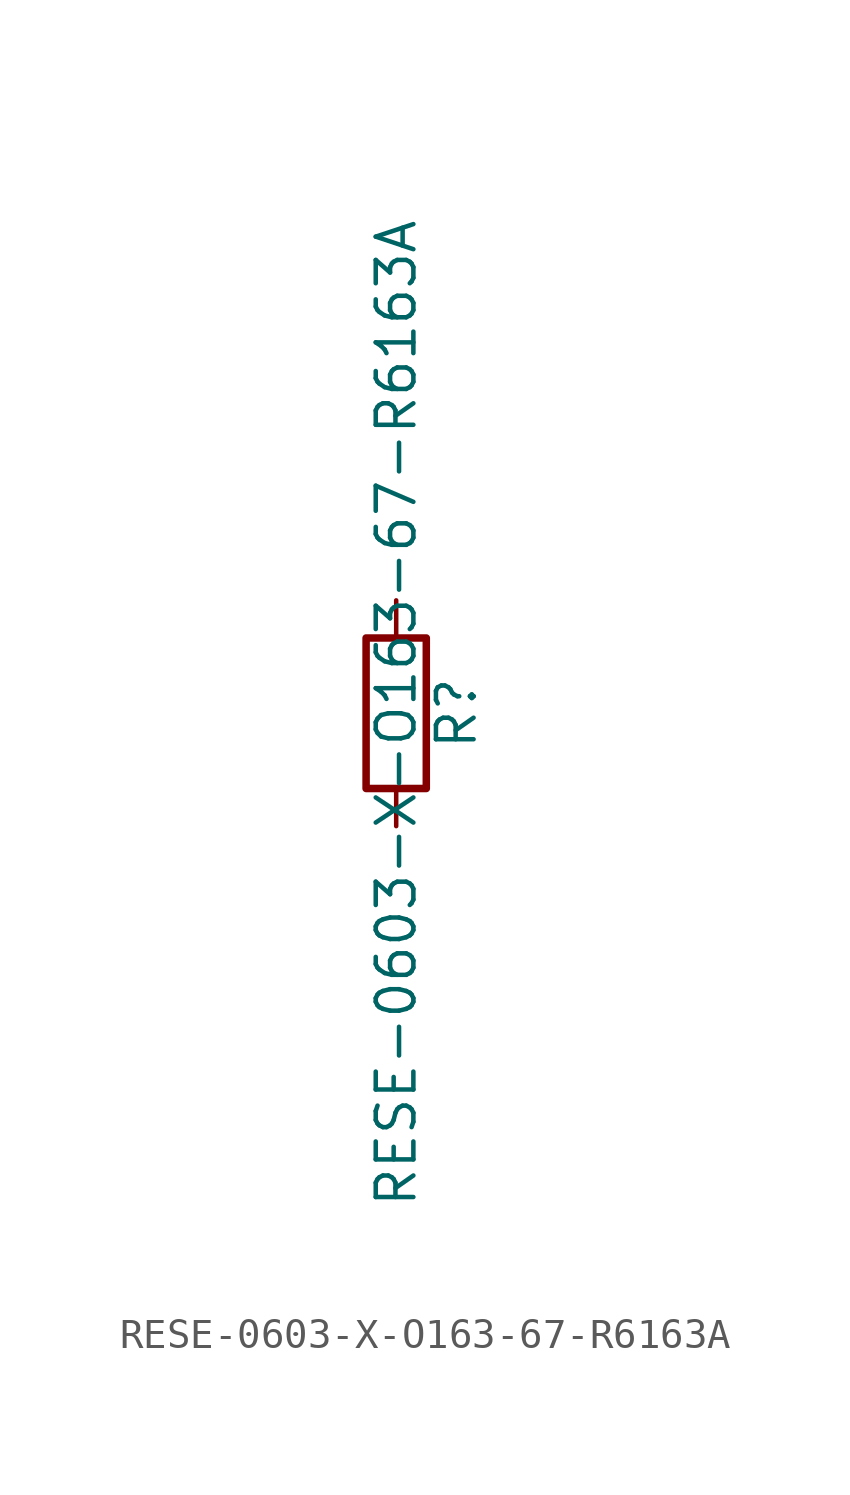
<source format=kicad_sym>
(kicad_symbol_lib
  (version 20211014)
  (generator kicad_symbol_editor)
  (symbol "RESE-0603-X-O163-67-R6163A"
    (pin_numbers hide)
    (pin_names
      (offset 0))
    (property "Reference" "R"
      (at 2.032 0 90)
      (effects (font (size 1.27 1.27))))
    (property "Value" "RESE-0603-X-O163-67-R6163A"
      (at 0 0 90)
      (effects (font (size 1.27 1.27))))
    (symbol "RESE-0603-X-O163-67-R6163A_0_1"
      (rectangle (start -1.016 -2.54) (end 1.016 2.54) (stroke (width 0.254) (type default) (color 0 0 0 0)) (fill (type none))))
    (symbol "RESE-0603-X-O163-67-R6163A_1_1"
      (pin passive line (at 0 3.81 270) (length 1.27) (name "~" (effects (font (size 1.27 1.27)))) (number "1" (effects (font (size 1.27 1.27)))))
      (pin passive line (at 0 -3.81 90) (length 1.27) (name "~" (effects (font (size 1.27 1.27)))) (number "2" (effects (font (size 1.27 1.27))))))))
</source>
